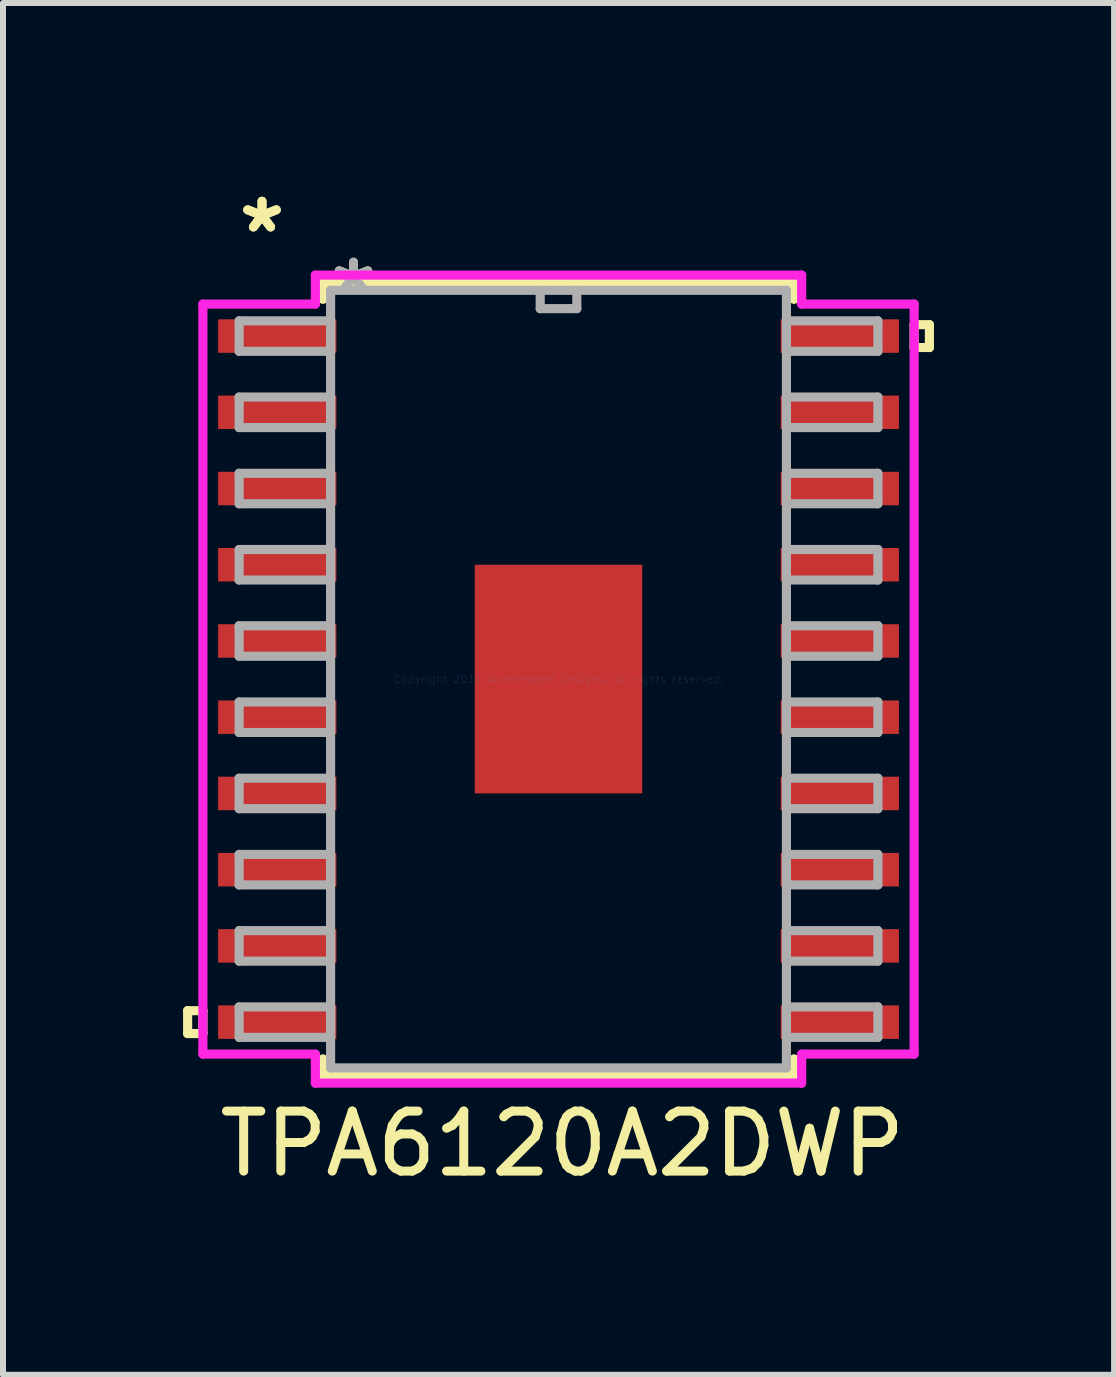
<source format=kicad_pcb>
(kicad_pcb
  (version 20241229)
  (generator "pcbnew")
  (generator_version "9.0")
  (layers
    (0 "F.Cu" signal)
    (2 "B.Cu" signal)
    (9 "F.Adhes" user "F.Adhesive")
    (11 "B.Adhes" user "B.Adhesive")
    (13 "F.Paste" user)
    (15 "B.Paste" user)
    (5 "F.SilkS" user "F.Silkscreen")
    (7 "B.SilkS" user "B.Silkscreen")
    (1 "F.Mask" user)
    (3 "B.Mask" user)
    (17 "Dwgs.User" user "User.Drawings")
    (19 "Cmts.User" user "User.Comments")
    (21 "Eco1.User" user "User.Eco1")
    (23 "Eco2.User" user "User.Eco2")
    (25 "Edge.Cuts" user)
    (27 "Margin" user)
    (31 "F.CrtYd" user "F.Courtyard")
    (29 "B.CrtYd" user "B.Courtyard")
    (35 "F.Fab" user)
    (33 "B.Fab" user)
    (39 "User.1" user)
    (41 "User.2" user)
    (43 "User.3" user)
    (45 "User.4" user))
  (footprint "TPA6120A2DWP"
    (layer "F.Cu")
    (at 6.255 8.264)
    (property "Reference" "TPA6120A2DWP" (at 0.064 7.742 0) (layer "F.SilkS") (effects (font (size 1 1) (thickness 0.15))))
    (attr through_hole)
    (fp_line (start -1.458 -1.968) (end -0.987 -1.968) (stroke (width 0.152) (type solid)) (layer "F.Mask"))
    (fp_line (start -1.458 -1.968) (end 1.458 -1.968) (stroke (width 0.152) (type solid)) (layer "F.Mask"))
    (fp_line (start -1.458 -1.381) (end -1.458 -1.968) (stroke (width 0.152) (type solid)) (layer "F.Mask"))
    (fp_line (start -1.458 -0.981) (end 1.458 -0.981) (stroke (width 0.152) (type solid)) (layer "F.Mask"))
    (fp_line (start -1.458 -0.594) (end -1.458 -0.981) (stroke (width 0.152) (type solid)) (layer "F.Mask"))
    (fp_line (start -1.458 -0.194) (end 1.458 -0.194) (stroke (width 0.152) (type solid)) (layer "F.Mask"))
    (fp_line (start -1.458 0.194) (end -1.458 -0.194) (stroke (width 0.152) (type solid)) (layer "F.Mask"))
    (fp_line (start -1.458 0.594) (end 1.458 0.594) (stroke (width 0.152) (type solid)) (layer "F.Mask"))
    (fp_line (start -1.458 0.981) (end -1.458 0.594) (stroke (width 0.152) (type solid)) (layer "F.Mask"))
    (fp_line (start -1.458 1.381) (end 1.458 1.381) (stroke (width 0.152) (type solid)) (layer "F.Mask"))
    (fp_line (start -1.458 1.968) (end -1.458 -1.968) (stroke (width 0.152) (type solid)) (layer "F.Mask"))
    (fp_line (start -1.458 1.968) (end -1.458 1.381) (stroke (width 0.152) (type solid)) (layer "F.Mask"))
    (fp_line (start -0.987 -1.968) (end -0.987 1.968) (stroke (width 0.152) (type solid)) (layer "F.Mask"))
    (fp_line (start -0.987 1.968) (end -1.458 1.968) (stroke (width 0.152) (type solid)) (layer "F.Mask"))
    (fp_line (start -0.587 -1.968) (end -0.587 1.968) (stroke (width 0.152) (type solid)) (layer "F.Mask"))
    (fp_line (start -0.587 1.968) (end -0.2 1.968) (stroke (width 0.152) (type solid)) (layer "F.Mask"))
    (fp_line (start -0.2 -1.968) (end -0.587 -1.968) (stroke (width 0.152) (type solid)) (layer "F.Mask"))
    (fp_line (start -0.2 1.968) (end -0.2 -1.968) (stroke (width 0.152) (type solid)) (layer "F.Mask"))
    (fp_line (start 0.2 -1.968) (end 0.2 1.968) (stroke (width 0.152) (type solid)) (layer "F.Mask"))
    (fp_line (start 0.2 1.968) (end 0.587 1.968) (stroke (width 0.152) (type solid)) (layer "F.Mask"))
    (fp_line (start 0.587 -1.968) (end 0.2 -1.968) (stroke (width 0.152) (type solid)) (layer "F.Mask"))
    (fp_line (start 0.587 1.968) (end 0.587 -1.968) (stroke (width 0.152) (type solid)) (layer "F.Mask"))
    (fp_line (start 0.987 -1.968) (end 1.458 -1.968) (stroke (width 0.152) (type solid)) (layer "F.Mask"))
    (fp_line (start 0.987 1.968) (end 0.987 -1.968) (stroke (width 0.152) (type solid)) (layer "F.Mask"))
    (fp_line (start 1.458 -1.968) (end 1.458 -1.381) (stroke (width 0.152) (type solid)) (layer "F.Mask"))
    (fp_line (start 1.458 -1.968) (end 1.458 1.968) (stroke (width 0.152) (type solid)) (layer "F.Mask"))
    (fp_line (start 1.458 -1.381) (end -1.458 -1.381) (stroke (width 0.152) (type solid)) (layer "F.Mask"))
    (fp_line (start 1.458 -0.981) (end 1.458 -0.594) (stroke (width 0.152) (type solid)) (layer "F.Mask"))
    (fp_line (start 1.458 -0.594) (end -1.458 -0.594) (stroke (width 0.152) (type solid)) (layer "F.Mask"))
    (fp_line (start 1.458 -0.194) (end 1.458 0.194) (stroke (width 0.152) (type solid)) (layer "F.Mask"))
    (fp_line (start 1.458 0.194) (end -1.458 0.194) (stroke (width 0.152) (type solid)) (layer "F.Mask"))
    (fp_line (start 1.458 0.594) (end 1.458 0.981) (stroke (width 0.152) (type solid)) (layer "F.Mask"))
    (fp_line (start 1.458 0.981) (end -1.458 0.981) (stroke (width 0.152) (type solid)) (layer "F.Mask"))
    (fp_line (start 1.458 1.381) (end 1.458 1.968) (stroke (width 0.152) (type solid)) (layer "F.Mask"))
    (fp_line (start 1.458 1.968) (end -1.458 1.968) (stroke (width 0.152) (type solid)) (layer "F.Mask"))
    (fp_line (start 1.458 1.968) (end 0.987 1.968) (stroke (width 0.152) (type solid)) (layer "F.Mask"))
    (fp_line (start -6.179 5.524) (end -6.179 5.905) (stroke (width 0.152) (type solid)) (layer "F.SilkS"))
    (fp_line (start -6.179 5.905) (end -5.925 5.905) (stroke (width 0.152) (type solid)) (layer "F.SilkS"))
    (fp_line (start -5.925 5.524) (end -6.179 5.524) (stroke (width 0.152) (type solid)) (layer "F.SilkS"))
    (fp_line (start -5.925 5.905) (end -5.925 5.524) (stroke (width 0.152) (type solid)) (layer "F.SilkS"))
    (fp_line (start -3.924 -6.604) (end -3.924 -6.327) (stroke (width 0.152) (type solid)) (layer "F.SilkS"))
    (fp_line (start -3.924 6.327) (end -3.924 6.604) (stroke (width 0.152) (type solid)) (layer "F.SilkS"))
    (fp_line (start -3.924 6.604) (end 3.924 6.604) (stroke (width 0.152) (type solid)) (layer "F.SilkS"))
    (fp_line (start 3.924 -6.604) (end -3.924 -6.604) (stroke (width 0.152) (type solid)) (layer "F.SilkS"))
    (fp_line (start 3.924 -6.327) (end 3.924 -6.604) (stroke (width 0.152) (type solid)) (layer "F.SilkS"))
    (fp_line (start 3.924 6.604) (end 3.924 6.327) (stroke (width 0.152) (type solid)) (layer "F.SilkS"))
    (fp_line (start 5.925 -5.905) (end 6.179 -5.905) (stroke (width 0.152) (type solid)) (layer "F.SilkS"))
    (fp_line (start 5.925 -5.524) (end 5.925 -5.905) (stroke (width 0.152) (type solid)) (layer "F.SilkS"))
    (fp_line (start 6.179 -5.905) (end 6.179 -5.524) (stroke (width 0.152) (type solid)) (layer "F.SilkS"))
    (fp_line (start 6.179 -5.524) (end 5.925 -5.524) (stroke (width 0.152) (type solid)) (layer "F.SilkS"))
    (fp_line (start -1.32 -1.83) (end -1.32 -1.281) (stroke (width 0.152) (type solid)) (layer "F.Paste"))
    (fp_line (start -1.32 -1.281) (end -1.029 -1.281) (stroke (width 0.152) (type solid)) (layer "F.Paste"))
    (fp_line (start -1.32 -1.081) (end -1.32 -0.494) (stroke (width 0.152) (type solid)) (layer "F.Paste"))
    (fp_line (start -1.32 -0.494) (end -1.029 -0.494) (stroke (width 0.152) (type solid)) (layer "F.Paste"))
    (fp_line (start -1.32 -0.294) (end -1.32 0.294) (stroke (width 0.152) (type solid)) (layer "F.Paste"))
    (fp_line (start -1.32 0.294) (end -1.029 0.294) (stroke (width 0.152) (type solid)) (layer "F.Paste"))
    (fp_line (start -1.32 0.494) (end -1.32 1.081) (stroke (width 0.152) (type solid)) (layer "F.Paste"))
    (fp_line (start -1.32 1.081) (end -1.029 1.081) (stroke (width 0.152) (type solid)) (layer "F.Paste"))
    (fp_line (start -1.32 1.281) (end -1.32 1.83) (stroke (width 0.152) (type solid)) (layer "F.Paste"))
    (fp_line (start -1.32 1.83) (end -0.887 1.83) (stroke (width 0.152) (type solid)) (layer "F.Paste"))
    (fp_line (start -1.029 -1.281) (end -1.029 -1.281) (stroke (width 0.152) (type solid)) (layer "F.Paste"))
    (fp_line (start -1.029 -1.281) (end -0.887 -1.423) (stroke (width 0.152) (type solid)) (layer "F.Paste"))
    (fp_line (start -1.029 -1.081) (end -1.32 -1.081) (stroke (width 0.152) (type solid)) (layer "F.Paste"))
    (fp_line (start -1.029 -1.081) (end -1.029 -1.081) (stroke (width 0.152) (type solid)) (layer "F.Paste"))
    (fp_line (start -1.029 -0.494) (end -1.029 -0.494) (stroke (width 0.152) (type solid)) (layer "F.Paste"))
    (fp_line (start -1.029 -0.494) (end -0.887 -0.635) (stroke (width 0.152) (type solid)) (layer "F.Paste"))
    (fp_line (start -1.029 -0.294) (end -1.32 -0.294) (stroke (width 0.152) (type solid)) (layer "F.Paste"))
    (fp_line (start -1.029 -0.294) (end -1.029 -0.294) (stroke (width 0.152) (type solid)) (layer "F.Paste"))
    (fp_line (start -1.029 0.294) (end -1.029 0.294) (stroke (width 0.152) (type solid)) (layer "F.Paste"))
    (fp_line (start -1.029 0.294) (end -0.887 0.152) (stroke (width 0.152) (type solid)) (layer "F.Paste"))
    (fp_line (start -1.029 0.494) (end -1.32 0.494) (stroke (width 0.152) (type solid)) (layer "F.Paste"))
    (fp_line (start -1.029 0.494) (end -1.029 0.494) (stroke (width 0.152) (type solid)) (layer "F.Paste"))
    (fp_line (start -1.029 1.081) (end -1.029 1.081) (stroke (width 0.152) (type solid)) (layer "F.Paste"))
    (fp_line (start -1.029 1.081) (end -0.887 0.94) (stroke (width 0.152) (type solid)) (layer "F.Paste"))
    (fp_line (start -1.029 1.281) (end -1.32 1.281) (stroke (width 0.152) (type solid)) (layer "F.Paste"))
    (fp_line (start -1.029 1.281) (end -1.029 1.281) (stroke (width 0.152) (type solid)) (layer "F.Paste"))
    (fp_line (start -0.887 -1.83) (end -1.32 -1.83) (stroke (width 0.152) (type solid)) (layer "F.Paste"))
    (fp_line (start -0.887 -1.423) (end -0.887 -1.83) (stroke (width 0.152) (type solid)) (layer "F.Paste"))
    (fp_line (start -0.887 -1.423) (end -0.887 -1.423) (stroke (width 0.152) (type solid)) (layer "F.Paste"))
    (fp_line (start -0.887 -0.94) (end -1.029 -1.081) (stroke (width 0.152) (type solid)) (layer "F.Paste"))
    (fp_line (start -0.887 -0.94) (end -0.887 -0.94) (stroke (width 0.152) (type solid)) (layer "F.Paste"))
    (fp_line (start -0.887 -0.635) (end -0.887 -0.94) (stroke (width 0.152) (type solid)) (layer "F.Paste"))
    (fp_line (start -0.887 -0.635) (end -0.887 -0.635) (stroke (width 0.152) (type solid)) (layer "F.Paste"))
    (fp_line (start -0.887 -0.152) (end -1.029 -0.294) (stroke (width 0.152) (type solid)) (layer "F.Paste"))
    (fp_line (start -0.887 -0.152) (end -0.887 -0.152) (stroke (width 0.152) (type solid)) (layer "F.Paste"))
    (fp_line (start -0.887 0.152) (end -0.887 -0.152) (stroke (width 0.152) (type solid)) (layer "F.Paste"))
    (fp_line (start -0.887 0.152) (end -0.887 0.152) (stroke (width 0.152) (type solid)) (layer "F.Paste"))
    (fp_line (start -0.887 0.635) (end -1.029 0.494) (stroke (width 0.152) (type solid)) (layer "F.Paste"))
    (fp_line (start -0.887 0.635) (end -0.887 0.635) (stroke (width 0.152) (type solid)) (layer "F.Paste"))
    (fp_line (start -0.887 0.94) (end -0.887 0.635) (stroke (width 0.152) (type solid)) (layer "F.Paste"))
    (fp_line (start -0.887 0.94) (end -0.887 0.94) (stroke (width 0.152) (type solid)) (layer "F.Paste"))
    (fp_line (start -0.887 1.423) (end -1.029 1.281) (stroke (width 0.152) (type solid)) (layer "F.Paste"))
    (fp_line (start -0.887 1.423) (end -0.887 1.423) (stroke (width 0.152) (type solid)) (layer "F.Paste"))
    (fp_line (start -0.887 1.83) (end -0.887 1.423) (stroke (width 0.152) (type solid)) (layer "F.Paste"))
    (fp_line (start -0.687 -1.83) (end -0.687 -1.423) (stroke (width 0.152) (type solid)) (layer "F.Paste"))
    (fp_line (start -0.687 -1.423) (end -0.687 -1.423) (stroke (width 0.152) (type solid)) (layer "F.Paste"))
    (fp_line (start -0.687 -1.423) (end -0.546 -1.281) (stroke (width 0.152) (type solid)) (layer "F.Paste"))
    (fp_line (start -0.687 -0.94) (end -0.687 -0.94) (stroke (width 0.152) (type solid)) (layer "F.Paste"))
    (fp_line (start -0.687 -0.94) (end -0.687 -0.635) (stroke (width 0.152) (type solid)) (layer "F.Paste"))
    (fp_line (start -0.687 -0.635) (end -0.687 -0.635) (stroke (width 0.152) (type solid)) (layer "F.Paste"))
    (fp_line (start -0.687 -0.635) (end -0.546 -0.494) (stroke (width 0.152) (type solid)) (layer "F.Paste"))
    (fp_line (start -0.687 -0.152) (end -0.687 -0.152) (stroke (width 0.152) (type solid)) (layer "F.Paste"))
    (fp_line (start -0.687 -0.152) (end -0.687 0.152) (stroke (width 0.152) (type solid)) (layer "F.Paste"))
    (fp_line (start -0.687 0.152) (end -0.687 0.152) (stroke (width 0.152) (type solid)) (layer "F.Paste"))
    (fp_line (start -0.687 0.152) (end -0.546 0.294) (stroke (width 0.152) (type solid)) (layer "F.Paste"))
    (fp_line (start -0.687 0.635) (end -0.687 0.635) (stroke (width 0.152) (type solid)) (layer "F.Paste"))
    (fp_line (start -0.687 0.635) (end -0.687 0.94) (stroke (width 0.152) (type solid)) (layer "F.Paste"))
    (fp_line (start -0.687 0.94) (end -0.687 0.94) (stroke (width 0.152) (type solid)) (layer "F.Paste"))
    (fp_line (start -0.687 0.94) (end -0.546 1.081) (stroke (width 0.152) (type solid)) (layer "F.Paste"))
    (fp_line (start -0.687 1.423) (end -0.687 1.423) (stroke (width 0.152) (type solid)) (layer "F.Paste"))
    (fp_line (start -0.687 1.423) (end -0.687 1.83) (stroke (width 0.152) (type solid)) (layer "F.Paste"))
    (fp_line (start -0.687 1.83) (end -0.1 1.83) (stroke (width 0.152) (type solid)) (layer "F.Paste"))
    (fp_line (start -0.546 -1.281) (end -0.546 -1.281) (stroke (width 0.152) (type solid)) (layer "F.Paste"))
    (fp_line (start -0.546 -1.281) (end -0.241 -1.281) (stroke (width 0.152) (type solid)) (layer "F.Paste"))
    (fp_line (start -0.546 -1.081) (end -0.687 -0.94) (stroke (width 0.152) (type solid)) (layer "F.Paste"))
    (fp_line (start -0.546 -1.081) (end -0.546 -1.081) (stroke (width 0.152) (type solid)) (layer "F.Paste"))
    (fp_line (start -0.546 -0.494) (end -0.546 -0.494) (stroke (width 0.152) (type solid)) (layer "F.Paste"))
    (fp_line (start -0.546 -0.494) (end -0.241 -0.494) (stroke (width 0.152) (type solid)) (layer "F.Paste"))
    (fp_line (start -0.546 -0.294) (end -0.687 -0.152) (stroke (width 0.152) (type solid)) (layer "F.Paste"))
    (fp_line (start -0.546 -0.294) (end -0.546 -0.294) (stroke (width 0.152) (type solid)) (layer "F.Paste"))
    (fp_line (start -0.546 0.294) (end -0.546 0.294) (stroke (width 0.152) (type solid)) (layer "F.Paste"))
    (fp_line (start -0.546 0.294) (end -0.241 0.294) (stroke (width 0.152) (type solid)) (layer "F.Paste"))
    (fp_line (start -0.546 0.494) (end -0.687 0.635) (stroke (width 0.152) (type solid)) (layer "F.Paste"))
    (fp_line (start -0.546 0.494) (end -0.546 0.494) (stroke (width 0.152) (type solid)) (layer "F.Paste"))
    (fp_line (start -0.546 1.081) (end -0.546 1.081) (stroke (width 0.152) (type solid)) (layer "F.Paste"))
    (fp_line (start -0.546 1.081) (end -0.241 1.081) (stroke (width 0.152) (type solid)) (layer "F.Paste"))
    (fp_line (start -0.546 1.281) (end -0.687 1.423) (stroke (width 0.152) (type solid)) (layer "F.Paste"))
    (fp_line (start -0.546 1.281) (end -0.546 1.281) (stroke (width 0.152) (type solid)) (layer "F.Paste"))
    (fp_line (start -0.241 -1.281) (end -0.241 -1.281) (stroke (width 0.152) (type solid)) (layer "F.Paste"))
    (fp_line (start -0.241 -1.281) (end -0.1 -1.423) (stroke (width 0.152) (type solid)) (layer "F.Paste"))
    (fp_line (start -0.241 -1.081) (end -0.546 -1.081) (stroke (width 0.152) (type solid)) (layer "F.Paste"))
    (fp_line (start -0.241 -1.081) (end -0.241 -1.081) (stroke (width 0.152) (type solid)) (layer "F.Paste"))
    (fp_line (start -0.241 -0.494) (end -0.241 -0.494) (stroke (width 0.152) (type solid)) (layer "F.Paste"))
    (fp_line (start -0.241 -0.494) (end -0.1 -0.635) (stroke (width 0.152) (type solid)) (layer "F.Paste"))
    (fp_line (start -0.241 -0.294) (end -0.546 -0.294) (stroke (width 0.152) (type solid)) (layer "F.Paste"))
    (fp_line (start -0.241 -0.294) (end -0.241 -0.294) (stroke (width 0.152) (type solid)) (layer "F.Paste"))
    (fp_line (start -0.241 0.294) (end -0.241 0.294) (stroke (width 0.152) (type solid)) (layer "F.Paste"))
    (fp_line (start -0.241 0.294) (end -0.1 0.152) (stroke (width 0.152) (type solid)) (layer "F.Paste"))
    (fp_line (start -0.241 0.494) (end -0.546 0.494) (stroke (width 0.152) (type solid)) (layer "F.Paste"))
    (fp_line (start -0.241 0.494) (end -0.241 0.494) (stroke (width 0.152) (type solid)) (layer "F.Paste"))
    (fp_line (start -0.241 1.081) (end -0.241 1.081) (stroke (width 0.152) (type solid)) (layer "F.Paste"))
    (fp_line (start -0.241 1.081) (end -0.1 0.94) (stroke (width 0.152) (type solid)) (layer "F.Paste"))
    (fp_line (start -0.241 1.281) (end -0.546 1.281) (stroke (width 0.152) (type solid)) (layer "F.Paste"))
    (fp_line (start -0.241 1.281) (end -0.241 1.281) (stroke (width 0.152) (type solid)) (layer "F.Paste"))
    (fp_line (start -0.1 -1.83) (end -0.687 -1.83) (stroke (width 0.152) (type solid)) (layer "F.Paste"))
    (fp_line (start -0.1 -1.423) (end -0.1 -1.83) (stroke (width 0.152) (type solid)) (layer "F.Paste"))
    (fp_line (start -0.1 -1.423) (end -0.1 -1.423) (stroke (width 0.152) (type solid)) (layer "F.Paste"))
    (fp_line (start -0.1 -0.94) (end -0.241 -1.081) (stroke (width 0.152) (type solid)) (layer "F.Paste"))
    (fp_line (start -0.1 -0.94) (end -0.1 -0.94) (stroke (width 0.152) (type solid)) (layer "F.Paste"))
    (fp_line (start -0.1 -0.635) (end -0.1 -0.94) (stroke (width 0.152) (type solid)) (layer "F.Paste"))
    (fp_line (start -0.1 -0.635) (end -0.1 -0.635) (stroke (width 0.152) (type solid)) (layer "F.Paste"))
    (fp_line (start -0.1 -0.152) (end -0.241 -0.294) (stroke (width 0.152) (type solid)) (layer "F.Paste"))
    (fp_line (start -0.1 -0.152) (end -0.1 -0.152) (stroke (width 0.152) (type solid)) (layer "F.Paste"))
    (fp_line (start -0.1 0.152) (end -0.1 -0.152) (stroke (width 0.152) (type solid)) (layer "F.Paste"))
    (fp_line (start -0.1 0.152) (end -0.1 0.152) (stroke (width 0.152) (type solid)) (layer "F.Paste"))
    (fp_line (start -0.1 0.635) (end -0.241 0.494) (stroke (width 0.152) (type solid)) (layer "F.Paste"))
    (fp_line (start -0.1 0.635) (end -0.1 0.635) (stroke (width 0.152) (type solid)) (layer "F.Paste"))
    (fp_line (start -0.1 0.94) (end -0.1 0.635) (stroke (width 0.152) (type solid)) (layer "F.Paste"))
    (fp_line (start -0.1 0.94) (end -0.1 0.94) (stroke (width 0.152) (type solid)) (layer "F.Paste"))
    (fp_line (start -0.1 1.423) (end -0.241 1.281) (stroke (width 0.152) (type solid)) (layer "F.Paste"))
    (fp_line (start -0.1 1.423) (end -0.1 1.423) (stroke (width 0.152) (type solid)) (layer "F.Paste"))
    (fp_line (start -0.1 1.83) (end -0.1 1.423) (stroke (width 0.152) (type solid)) (layer "F.Paste"))
    (fp_line (start 0.1 -1.83) (end 0.1 -1.423) (stroke (width 0.152) (type solid)) (layer "F.Paste"))
    (fp_line (start 0.1 -1.423) (end 0.1 -1.423) (stroke (width 0.152) (type solid)) (layer "F.Paste"))
    (fp_line (start 0.1 -1.423) (end 0.241 -1.281) (stroke (width 0.152) (type solid)) (layer "F.Paste"))
    (fp_line (start 0.1 -0.94) (end 0.1 -0.94) (stroke (width 0.152) (type solid)) (layer "F.Paste"))
    (fp_line (start 0.1 -0.94) (end 0.1 -0.635) (stroke (width 0.152) (type solid)) (layer "F.Paste"))
    (fp_line (start 0.1 -0.635) (end 0.1 -0.635) (stroke (width 0.152) (type solid)) (layer "F.Paste"))
    (fp_line (start 0.1 -0.635) (end 0.241 -0.494) (stroke (width 0.152) (type solid)) (layer "F.Paste"))
    (fp_line (start 0.1 -0.152) (end 0.1 -0.152) (stroke (width 0.152) (type solid)) (layer "F.Paste"))
    (fp_line (start 0.1 -0.152) (end 0.1 0.152) (stroke (width 0.152) (type solid)) (layer "F.Paste"))
    (fp_line (start 0.1 0.152) (end 0.1 0.152) (stroke (width 0.152) (type solid)) (layer "F.Paste"))
    (fp_line (start 0.1 0.152) (end 0.241 0.294) (stroke (width 0.152) (type solid)) (layer "F.Paste"))
    (fp_line (start 0.1 0.635) (end 0.1 0.635) (stroke (width 0.152) (type solid)) (layer "F.Paste"))
    (fp_line (start 0.1 0.635) (end 0.1 0.94) (stroke (width 0.152) (type solid)) (layer "F.Paste"))
    (fp_line (start 0.1 0.94) (end 0.1 0.94) (stroke (width 0.152) (type solid)) (layer "F.Paste"))
    (fp_line (start 0.1 0.94) (end 0.241 1.081) (stroke (width 0.152) (type solid)) (layer "F.Paste"))
    (fp_line (start 0.1 1.423) (end 0.1 1.423) (stroke (width 0.152) (type solid)) (layer "F.Paste"))
    (fp_line (start 0.1 1.423) (end 0.1 1.83) (stroke (width 0.152) (type solid)) (layer "F.Paste"))
    (fp_line (start 0.1 1.83) (end 0.687 1.83) (stroke (width 0.152) (type solid)) (layer "F.Paste"))
    (fp_line (start 0.241 -1.281) (end 0.241 -1.281) (stroke (width 0.152) (type solid)) (layer "F.Paste"))
    (fp_line (start 0.241 -1.281) (end 0.546 -1.281) (stroke (width 0.152) (type solid)) (layer "F.Paste"))
    (fp_line (start 0.241 -1.081) (end 0.1 -0.94) (stroke (width 0.152) (type solid)) (layer "F.Paste"))
    (fp_line (start 0.241 -1.081) (end 0.241 -1.081) (stroke (width 0.152) (type solid)) (layer "F.Paste"))
    (fp_line (start 0.241 -0.494) (end 0.241 -0.494) (stroke (width 0.152) (type solid)) (layer "F.Paste"))
    (fp_line (start 0.241 -0.494) (end 0.546 -0.494) (stroke (width 0.152) (type solid)) (layer "F.Paste"))
    (fp_line (start 0.241 -0.294) (end 0.1 -0.152) (stroke (width 0.152) (type solid)) (layer "F.Paste"))
    (fp_line (start 0.241 -0.294) (end 0.241 -0.294) (stroke (width 0.152) (type solid)) (layer "F.Paste"))
    (fp_line (start 0.241 0.294) (end 0.241 0.294) (stroke (width 0.152) (type solid)) (layer "F.Paste"))
    (fp_line (start 0.241 0.294) (end 0.546 0.294) (stroke (width 0.152) (type solid)) (layer "F.Paste"))
    (fp_line (start 0.241 0.494) (end 0.1 0.635) (stroke (width 0.152) (type solid)) (layer "F.Paste"))
    (fp_line (start 0.241 0.494) (end 0.241 0.494) (stroke (width 0.152) (type solid)) (layer "F.Paste"))
    (fp_line (start 0.241 1.081) (end 0.241 1.081) (stroke (width 0.152) (type solid)) (layer "F.Paste"))
    (fp_line (start 0.241 1.081) (end 0.546 1.081) (stroke (width 0.152) (type solid)) (layer "F.Paste"))
    (fp_line (start 0.241 1.281) (end 0.1 1.423) (stroke (width 0.152) (type solid)) (layer "F.Paste"))
    (fp_line (start 0.241 1.281) (end 0.241 1.281) (stroke (width 0.152) (type solid)) (layer "F.Paste"))
    (fp_line (start 0.546 -1.281) (end 0.546 -1.281) (stroke (width 0.152) (type solid)) (layer "F.Paste"))
    (fp_line (start 0.546 -1.281) (end 0.687 -1.423) (stroke (width 0.152) (type solid)) (layer "F.Paste"))
    (fp_line (start 0.546 -1.081) (end 0.241 -1.081) (stroke (width 0.152) (type solid)) (layer "F.Paste"))
    (fp_line (start 0.546 -1.081) (end 0.546 -1.081) (stroke (width 0.152) (type solid)) (layer "F.Paste"))
    (fp_line (start 0.546 -0.494) (end 0.546 -0.494) (stroke (width 0.152) (type solid)) (layer "F.Paste"))
    (fp_line (start 0.546 -0.494) (end 0.687 -0.635) (stroke (width 0.152) (type solid)) (layer "F.Paste"))
    (fp_line (start 0.546 -0.294) (end 0.241 -0.294) (stroke (width 0.152) (type solid)) (layer "F.Paste"))
    (fp_line (start 0.546 -0.294) (end 0.546 -0.294) (stroke (width 0.152) (type solid)) (layer "F.Paste"))
    (fp_line (start 0.546 0.294) (end 0.546 0.294) (stroke (width 0.152) (type solid)) (layer "F.Paste"))
    (fp_line (start 0.546 0.294) (end 0.687 0.152) (stroke (width 0.152) (type solid)) (layer "F.Paste"))
    (fp_line (start 0.546 0.494) (end 0.241 0.494) (stroke (width 0.152) (type solid)) (layer "F.Paste"))
    (fp_line (start 0.546 0.494) (end 0.546 0.494) (stroke (width 0.152) (type solid)) (layer "F.Paste"))
    (fp_line (start 0.546 1.081) (end 0.546 1.081) (stroke (width 0.152) (type solid)) (layer "F.Paste"))
    (fp_line (start 0.546 1.081) (end 0.687 0.94) (stroke (width 0.152) (type solid)) (layer "F.Paste"))
    (fp_line (start 0.546 1.281) (end 0.241 1.281) (stroke (width 0.152) (type solid)) (layer "F.Paste"))
    (fp_line (start 0.546 1.281) (end 0.546 1.281) (stroke (width 0.152) (type solid)) (layer "F.Paste"))
    (fp_line (start 0.687 -1.83) (end 0.1 -1.83) (stroke (width 0.152) (type solid)) (layer "F.Paste"))
    (fp_line (start 0.687 -1.423) (end 0.687 -1.83) (stroke (width 0.152) (type solid)) (layer "F.Paste"))
    (fp_line (start 0.687 -1.423) (end 0.687 -1.423) (stroke (width 0.152) (type solid)) (layer "F.Paste"))
    (fp_line (start 0.687 -0.94) (end 0.546 -1.081) (stroke (width 0.152) (type solid)) (layer "F.Paste"))
    (fp_line (start 0.687 -0.94) (end 0.687 -0.94) (stroke (width 0.152) (type solid)) (layer "F.Paste"))
    (fp_line (start 0.687 -0.635) (end 0.687 -0.94) (stroke (width 0.152) (type solid)) (layer "F.Paste"))
    (fp_line (start 0.687 -0.635) (end 0.687 -0.635) (stroke (width 0.152) (type solid)) (layer "F.Paste"))
    (fp_line (start 0.687 -0.152) (end 0.546 -0.294) (stroke (width 0.152) (type solid)) (layer "F.Paste"))
    (fp_line (start 0.687 -0.152) (end 0.687 -0.152) (stroke (width 0.152) (type solid)) (layer "F.Paste"))
    (fp_line (start 0.687 0.152) (end 0.687 -0.152) (stroke (width 0.152) (type solid)) (layer "F.Paste"))
    (fp_line (start 0.687 0.152) (end 0.687 0.152) (stroke (width 0.152) (type solid)) (layer "F.Paste"))
    (fp_line (start 0.687 0.635) (end 0.546 0.494) (stroke (width 0.152) (type solid)) (layer "F.Paste"))
    (fp_line (start 0.687 0.635) (end 0.687 0.635) (stroke (width 0.152) (type solid)) (layer "F.Paste"))
    (fp_line (start 0.687 0.94) (end 0.687 0.635) (stroke (width 0.152) (type solid)) (layer "F.Paste"))
    (fp_line (start 0.687 0.94) (end 0.687 0.94) (stroke (width 0.152) (type solid)) (layer "F.Paste"))
    (fp_line (start 0.687 1.423) (end 0.546 1.281) (stroke (width 0.152) (type solid)) (layer "F.Paste"))
    (fp_line (start 0.687 1.423) (end 0.687 1.423) (stroke (width 0.152) (type solid)) (layer "F.Paste"))
    (fp_line (start 0.687 1.83) (end 0.687 1.423) (stroke (width 0.152) (type solid)) (layer "F.Paste"))
    (fp_line (start 0.887 -1.83) (end 0.887 -1.423) (stroke (width 0.152) (type solid)) (layer "F.Paste"))
    (fp_line (start 0.887 -1.423) (end 0.887 -1.423) (stroke (width 0.152) (type solid)) (layer "F.Paste"))
    (fp_line (start 0.887 -1.423) (end 1.029 -1.281) (stroke (width 0.152) (type solid)) (layer "F.Paste"))
    (fp_line (start 0.887 -0.94) (end 0.887 -0.94) (stroke (width 0.152) (type solid)) (layer "F.Paste"))
    (fp_line (start 0.887 -0.94) (end 0.887 -0.635) (stroke (width 0.152) (type solid)) (layer "F.Paste"))
    (fp_line (start 0.887 -0.635) (end 0.887 -0.635) (stroke (width 0.152) (type solid)) (layer "F.Paste"))
    (fp_line (start 0.887 -0.635) (end 1.029 -0.494) (stroke (width 0.152) (type solid)) (layer "F.Paste"))
    (fp_line (start 0.887 -0.152) (end 0.887 -0.152) (stroke (width 0.152) (type solid)) (layer "F.Paste"))
    (fp_line (start 0.887 -0.152) (end 0.887 0.152) (stroke (width 0.152) (type solid)) (layer "F.Paste"))
    (fp_line (start 0.887 0.152) (end 0.887 0.152) (stroke (width 0.152) (type solid)) (layer "F.Paste"))
    (fp_line (start 0.887 0.152) (end 1.029 0.294) (stroke (width 0.152) (type solid)) (layer "F.Paste"))
    (fp_line (start 0.887 0.635) (end 0.887 0.635) (stroke (width 0.152) (type solid)) (layer "F.Paste"))
    (fp_line (start 0.887 0.635) (end 0.887 0.94) (stroke (width 0.152) (type solid)) (layer "F.Paste"))
    (fp_line (start 0.887 0.94) (end 0.887 0.94) (stroke (width 0.152) (type solid)) (layer "F.Paste"))
    (fp_line (start 0.887 0.94) (end 1.029 1.081) (stroke (width 0.152) (type solid)) (layer "F.Paste"))
    (fp_line (start 0.887 1.423) (end 0.887 1.423) (stroke (width 0.152) (type solid)) (layer "F.Paste"))
    (fp_line (start 0.887 1.423) (end 0.887 1.83) (stroke (width 0.152) (type solid)) (layer "F.Paste"))
    (fp_line (start 0.887 1.83) (end 1.32 1.83) (stroke (width 0.152) (type solid)) (layer "F.Paste"))
    (fp_line (start 1.029 -1.281) (end 1.029 -1.281) (stroke (width 0.152) (type solid)) (layer "F.Paste"))
    (fp_line (start 1.029 -1.281) (end 1.32 -1.281) (stroke (width 0.152) (type solid)) (layer "F.Paste"))
    (fp_line (start 1.029 -1.081) (end 0.887 -0.94) (stroke (width 0.152) (type solid)) (layer "F.Paste"))
    (fp_line (start 1.029 -1.081) (end 1.029 -1.081) (stroke (width 0.152) (type solid)) (layer "F.Paste"))
    (fp_line (start 1.029 -0.494) (end 1.029 -0.494) (stroke (width 0.152) (type solid)) (layer "F.Paste"))
    (fp_line (start 1.029 -0.494) (end 1.32 -0.494) (stroke (width 0.152) (type solid)) (layer "F.Paste"))
    (fp_line (start 1.029 -0.294) (end 0.887 -0.152) (stroke (width 0.152) (type solid)) (layer "F.Paste"))
    (fp_line (start 1.029 -0.294) (end 1.029 -0.294) (stroke (width 0.152) (type solid)) (layer "F.Paste"))
    (fp_line (start 1.029 0.294) (end 1.029 0.294) (stroke (width 0.152) (type solid)) (layer "F.Paste"))
    (fp_line (start 1.029 0.294) (end 1.32 0.294) (stroke (width 0.152) (type solid)) (layer "F.Paste"))
    (fp_line (start 1.029 0.494) (end 0.887 0.635) (stroke (width 0.152) (type solid)) (layer "F.Paste"))
    (fp_line (start 1.029 0.494) (end 1.029 0.494) (stroke (width 0.152) (type solid)) (layer "F.Paste"))
    (fp_line (start 1.029 1.081) (end 1.029 1.081) (stroke (width 0.152) (type solid)) (layer "F.Paste"))
    (fp_line (start 1.029 1.081) (end 1.32 1.081) (stroke (width 0.152) (type solid)) (layer "F.Paste"))
    (fp_line (start 1.029 1.281) (end 0.887 1.423) (stroke (width 0.152) (type solid)) (layer "F.Paste"))
    (fp_line (start 1.029 1.281) (end 1.029 1.281) (stroke (width 0.152) (type solid)) (layer "F.Paste"))
    (fp_line (start 1.32 -1.83) (end 0.887 -1.83) (stroke (width 0.152) (type solid)) (layer "F.Paste"))
    (fp_line (start 1.32 -1.281) (end 1.32 -1.83) (stroke (width 0.152) (type solid)) (layer "F.Paste"))
    (fp_line (start 1.32 -1.081) (end 1.029 -1.081) (stroke (width 0.152) (type solid)) (layer "F.Paste"))
    (fp_line (start 1.32 -0.494) (end 1.32 -1.081) (stroke (width 0.152) (type solid)) (layer "F.Paste"))
    (fp_line (start 1.32 -0.294) (end 1.029 -0.294) (stroke (width 0.152) (type solid)) (layer "F.Paste"))
    (fp_line (start 1.32 0.294) (end 1.32 -0.294) (stroke (width 0.152) (type solid)) (layer "F.Paste"))
    (fp_line (start 1.32 0.494) (end 1.029 0.494) (stroke (width 0.152) (type solid)) (layer "F.Paste"))
    (fp_line (start 1.32 1.081) (end 1.32 0.494) (stroke (width 0.152) (type solid)) (layer "F.Paste"))
    (fp_line (start 1.32 1.281) (end 1.029 1.281) (stroke (width 0.152) (type solid)) (layer "F.Paste"))
    (fp_line (start 1.32 1.83) (end 1.32 1.281) (stroke (width 0.152) (type solid)) (layer "F.Paste"))
    (fp_line (start -5.925 -6.248) (end -4.051 -6.248) (stroke (width 0.152) (type solid)) (layer "F.CrtYd"))
    (fp_line (start -5.925 6.248) (end -5.925 -6.248) (stroke (width 0.152) (type solid)) (layer "F.CrtYd"))
    (fp_line (start -4.051 -6.731) (end 4.051 -6.731) (stroke (width 0.152) (type solid)) (layer "F.CrtYd"))
    (fp_line (start -4.051 -6.248) (end -4.051 -6.731) (stroke (width 0.152) (type solid)) (layer "F.CrtYd"))
    (fp_line (start -4.051 6.248) (end -5.925 6.248) (stroke (width 0.152) (type solid)) (layer "F.CrtYd"))
    (fp_line (start -4.051 6.731) (end -4.051 6.248) (stroke (width 0.152) (type solid)) (layer "F.CrtYd"))
    (fp_line (start 4.051 -6.731) (end 4.051 -6.248) (stroke (width 0.152) (type solid)) (layer "F.CrtYd"))
    (fp_line (start 4.051 -6.248) (end 5.925 -6.248) (stroke (width 0.152) (type solid)) (layer "F.CrtYd"))
    (fp_line (start 4.051 6.248) (end 4.051 6.731) (stroke (width 0.152) (type solid)) (layer "F.CrtYd"))
    (fp_line (start 4.051 6.731) (end -4.051 6.731) (stroke (width 0.152) (type solid)) (layer "F.CrtYd"))
    (fp_line (start 5.925 -6.248) (end 5.925 6.248) (stroke (width 0.152) (type solid)) (layer "F.CrtYd"))
    (fp_line (start 5.925 6.248) (end 4.051 6.248) (stroke (width 0.152) (type solid)) (layer "F.CrtYd"))
    (fp_line (start -5.321 -5.969) (end -5.321 -5.461) (stroke (width 0.152) (type solid)) (layer "F.Fab"))
    (fp_line (start -5.321 -5.461) (end -3.797 -5.461) (stroke (width 0.152) (type solid)) (layer "F.Fab"))
    (fp_line (start -5.321 -4.699) (end -5.321 -4.191) (stroke (width 0.152) (type solid)) (layer "F.Fab"))
    (fp_line (start -5.321 -4.191) (end -3.797 -4.191) (stroke (width 0.152) (type solid)) (layer "F.Fab"))
    (fp_line (start -5.321 -3.429) (end -5.321 -2.921) (stroke (width 0.152) (type solid)) (layer "F.Fab"))
    (fp_line (start -5.321 -2.921) (end -3.797 -2.921) (stroke (width 0.152) (type solid)) (layer "F.Fab"))
    (fp_line (start -5.321 -2.159) (end -5.321 -1.651) (stroke (width 0.152) (type solid)) (layer "F.Fab"))
    (fp_line (start -5.321 -1.651) (end -3.797 -1.651) (stroke (width 0.152) (type solid)) (layer "F.Fab"))
    (fp_line (start -5.321 -0.889) (end -5.321 -0.381) (stroke (width 0.152) (type solid)) (layer "F.Fab"))
    (fp_line (start -5.321 -0.381) (end -3.797 -0.381) (stroke (width 0.152) (type solid)) (layer "F.Fab"))
    (fp_line (start -5.321 0.381) (end -5.321 0.889) (stroke (width 0.152) (type solid)) (layer "F.Fab"))
    (fp_line (start -5.321 0.889) (end -3.797 0.889) (stroke (width 0.152) (type solid)) (layer "F.Fab"))
    (fp_line (start -5.321 1.651) (end -5.321 2.159) (stroke (width 0.152) (type solid)) (layer "F.Fab"))
    (fp_line (start -5.321 2.159) (end -3.797 2.159) (stroke (width 0.152) (type solid)) (layer "F.Fab"))
    (fp_line (start -5.321 2.921) (end -5.321 3.429) (stroke (width 0.152) (type solid)) (layer "F.Fab"))
    (fp_line (start -5.321 3.429) (end -3.797 3.429) (stroke (width 0.152) (type solid)) (layer "F.Fab"))
    (fp_line (start -5.321 4.191) (end -5.321 4.699) (stroke (width 0.152) (type solid)) (layer "F.Fab"))
    (fp_line (start -5.321 4.699) (end -3.797 4.699) (stroke (width 0.152) (type solid)) (layer "F.Fab"))
    (fp_line (start -5.321 5.461) (end -5.321 5.969) (stroke (width 0.152) (type solid)) (layer "F.Fab"))
    (fp_line (start -5.321 5.969) (end -3.797 5.969) (stroke (width 0.152) (type solid)) (layer "F.Fab"))
    (fp_line (start -3.797 -6.477) (end -3.797 6.477) (stroke (width 0.152) (type solid)) (layer "F.Fab"))
    (fp_line (start -3.797 -5.969) (end -5.321 -5.969) (stroke (width 0.152) (type solid)) (layer "F.Fab"))
    (fp_line (start -3.797 -5.461) (end -3.797 -5.969) (stroke (width 0.152) (type solid)) (layer "F.Fab"))
    (fp_line (start -3.797 -4.699) (end -5.321 -4.699) (stroke (width 0.152) (type solid)) (layer "F.Fab"))
    (fp_line (start -3.797 -4.191) (end -3.797 -4.699) (stroke (width 0.152) (type solid)) (layer "F.Fab"))
    (fp_line (start -3.797 -3.429) (end -5.321 -3.429) (stroke (width 0.152) (type solid)) (layer "F.Fab"))
    (fp_line (start -3.797 -2.921) (end -3.797 -3.429) (stroke (width 0.152) (type solid)) (layer "F.Fab"))
    (fp_line (start -3.797 -2.159) (end -5.321 -2.159) (stroke (width 0.152) (type solid)) (layer "F.Fab"))
    (fp_line (start -3.797 -1.651) (end -3.797 -2.159) (stroke (width 0.152) (type solid)) (layer "F.Fab"))
    (fp_line (start -3.797 -0.889) (end -5.321 -0.889) (stroke (width 0.152) (type solid)) (layer "F.Fab"))
    (fp_line (start -3.797 -0.381) (end -3.797 -0.889) (stroke (width 0.152) (type solid)) (layer "F.Fab"))
    (fp_line (start -3.797 0.381) (end -5.321 0.381) (stroke (width 0.152) (type solid)) (layer "F.Fab"))
    (fp_line (start -3.797 0.889) (end -3.797 0.381) (stroke (width 0.152) (type solid)) (layer "F.Fab"))
    (fp_line (start -3.797 1.651) (end -5.321 1.651) (stroke (width 0.152) (type solid)) (layer "F.Fab"))
    (fp_line (start -3.797 2.159) (end -3.797 1.651) (stroke (width 0.152) (type solid)) (layer "F.Fab"))
    (fp_line (start -3.797 2.921) (end -5.321 2.921) (stroke (width 0.152) (type solid)) (layer "F.Fab"))
    (fp_line (start -3.797 3.429) (end -3.797 2.921) (stroke (width 0.152) (type solid)) (layer "F.Fab"))
    (fp_line (start -3.797 4.191) (end -5.321 4.191) (stroke (width 0.152) (type solid)) (layer "F.Fab"))
    (fp_line (start -3.797 4.699) (end -3.797 4.191) (stroke (width 0.152) (type solid)) (layer "F.Fab"))
    (fp_line (start -3.797 5.461) (end -5.321 5.461) (stroke (width 0.152) (type solid)) (layer "F.Fab"))
    (fp_line (start -3.797 5.969) (end -3.797 5.461) (stroke (width 0.152) (type solid)) (layer "F.Fab"))
    (fp_line (start -3.797 6.477) (end 3.797 6.477) (stroke (width 0.152) (type solid)) (layer "F.Fab"))
    (fp_line (start -0.305 -6.172) (end -0.305 -6.477) (stroke (width 0.152) (type solid)) (layer "F.Fab"))
    (fp_line (start 0.305 -6.477) (end 0.305 -6.172) (stroke (width 0.152) (type solid)) (layer "F.Fab"))
    (fp_line (start 0.305 -6.172) (end -0.305 -6.172) (stroke (width 0.152) (type solid)) (layer "F.Fab"))
    (fp_line (start 3.797 -6.477) (end -3.797 -6.477) (stroke (width 0.152) (type solid)) (layer "F.Fab"))
    (fp_line (start 3.797 -5.969) (end 3.797 -5.461) (stroke (width 0.152) (type solid)) (layer "F.Fab"))
    (fp_line (start 3.797 -5.461) (end 5.321 -5.461) (stroke (width 0.152) (type solid)) (layer "F.Fab"))
    (fp_line (start 3.797 -4.699) (end 3.797 -4.191) (stroke (width 0.152) (type solid)) (layer "F.Fab"))
    (fp_line (start 3.797 -4.191) (end 5.321 -4.191) (stroke (width 0.152) (type solid)) (layer "F.Fab"))
    (fp_line (start 3.797 -3.429) (end 3.797 -2.921) (stroke (width 0.152) (type solid)) (layer "F.Fab"))
    (fp_line (start 3.797 -2.921) (end 5.321 -2.921) (stroke (width 0.152) (type solid)) (layer "F.Fab"))
    (fp_line (start 3.797 -2.159) (end 3.797 -1.651) (stroke (width 0.152) (type solid)) (layer "F.Fab"))
    (fp_line (start 3.797 -1.651) (end 5.321 -1.651) (stroke (width 0.152) (type solid)) (layer "F.Fab"))
    (fp_line (start 3.797 -0.889) (end 3.797 -0.381) (stroke (width 0.152) (type solid)) (layer "F.Fab"))
    (fp_line (start 3.797 -0.381) (end 5.321 -0.381) (stroke (width 0.152) (type solid)) (layer "F.Fab"))
    (fp_line (start 3.797 0.381) (end 3.797 0.889) (stroke (width 0.152) (type solid)) (layer "F.Fab"))
    (fp_line (start 3.797 0.889) (end 5.321 0.889) (stroke (width 0.152) (type solid)) (layer "F.Fab"))
    (fp_line (start 3.797 1.651) (end 3.797 2.159) (stroke (width 0.152) (type solid)) (layer "F.Fab"))
    (fp_line (start 3.797 2.159) (end 5.321 2.159) (stroke (width 0.152) (type solid)) (layer "F.Fab"))
    (fp_line (start 3.797 2.921) (end 3.797 3.429) (stroke (width 0.152) (type solid)) (layer "F.Fab"))
    (fp_line (start 3.797 3.429) (end 5.321 3.429) (stroke (width 0.152) (type solid)) (layer "F.Fab"))
    (fp_line (start 3.797 4.191) (end 3.797 4.699) (stroke (width 0.152) (type solid)) (layer "F.Fab"))
    (fp_line (start 3.797 4.699) (end 5.321 4.699) (stroke (width 0.152) (type solid)) (layer "F.Fab"))
    (fp_line (start 3.797 5.461) (end 3.797 5.969) (stroke (width 0.152) (type solid)) (layer "F.Fab"))
    (fp_line (start 3.797 5.969) (end 5.321 5.969) (stroke (width 0.152) (type solid)) (layer "F.Fab"))
    (fp_line (start 3.797 6.477) (end 3.797 -6.477) (stroke (width 0.152) (type solid)) (layer "F.Fab"))
    (fp_line (start 5.321 -5.969) (end 3.797 -5.969) (stroke (width 0.152) (type solid)) (layer "F.Fab"))
    (fp_line (start 5.321 -5.461) (end 5.321 -5.969) (stroke (width 0.152) (type solid)) (layer "F.Fab"))
    (fp_line (start 5.321 -4.699) (end 3.797 -4.699) (stroke (width 0.152) (type solid)) (layer "F.Fab"))
    (fp_line (start 5.321 -4.191) (end 5.321 -4.699) (stroke (width 0.152) (type solid)) (layer "F.Fab"))
    (fp_line (start 5.321 -3.429) (end 3.797 -3.429) (stroke (width 0.152) (type solid)) (layer "F.Fab"))
    (fp_line (start 5.321 -2.921) (end 5.321 -3.429) (stroke (width 0.152) (type solid)) (layer "F.Fab"))
    (fp_line (start 5.321 -2.159) (end 3.797 -2.159) (stroke (width 0.152) (type solid)) (layer "F.Fab"))
    (fp_line (start 5.321 -1.651) (end 5.321 -2.159) (stroke (width 0.152) (type solid)) (layer "F.Fab"))
    (fp_line (start 5.321 -0.889) (end 3.797 -0.889) (stroke (width 0.152) (type solid)) (layer "F.Fab"))
    (fp_line (start 5.321 -0.381) (end 5.321 -0.889) (stroke (width 0.152) (type solid)) (layer "F.Fab"))
    (fp_line (start 5.321 0.381) (end 3.797 0.381) (stroke (width 0.152) (type solid)) (layer "F.Fab"))
    (fp_line (start 5.321 0.889) (end 5.321 0.381) (stroke (width 0.152) (type solid)) (layer "F.Fab"))
    (fp_line (start 5.321 1.651) (end 3.797 1.651) (stroke (width 0.152) (type solid)) (layer "F.Fab"))
    (fp_line (start 5.321 2.159) (end 5.321 1.651) (stroke (width 0.152) (type solid)) (layer "F.Fab"))
    (fp_line (start 5.321 2.921) (end 3.797 2.921) (stroke (width 0.152) (type solid)) (layer "F.Fab"))
    (fp_line (start 5.321 3.429) (end 5.321 2.921) (stroke (width 0.152) (type solid)) (layer "F.Fab"))
    (fp_line (start 5.321 4.191) (end 3.797 4.191) (stroke (width 0.152) (type solid)) (layer "F.Fab"))
    (fp_line (start 5.321 4.699) (end 5.321 4.191) (stroke (width 0.152) (type solid)) (layer "F.Fab"))
    (fp_line (start 5.321 5.461) (end 3.797 5.461) (stroke (width 0.152) (type solid)) (layer "F.Fab"))
    (fp_line (start 5.321 5.969) (end 5.321 5.461) (stroke (width 0.152) (type solid)) (layer "F.Fab"))
    (fp_text user "*" (at -4.94 -7.416 0) (layer "F.SilkS") (effects (font (size 1 1) (thickness 0.15))))
    (fp_text user "*" (at -4.94 -7.416 0) (layer "F.SilkS") (effects (font (size 1 1) (thickness 0.15))))
    (fp_text user "Copyright 2016 Accelerated Designs. All rights reserved." (at 0 0 0) (layer "Cmts.User") (effects (font (size 0.127 0.127) (thickness 0.002))))
    (fp_text user "*" (at -3.416 -6.401 0) (layer "F.Fab") (effects (font (size 1 1) (thickness 0.15))))
    (fp_text user "*" (at -3.416 -6.401 0) (layer "F.Fab") (effects (font (size 1 1) (thickness 0.15))))
    (pad "1" smd rect (at -4.686 -5.715) (size 1.97 0.558) (layers "F.Cu" "F.Mask" "F.Paste"))
    (pad "2" smd rect (at -4.686 -4.445) (size 1.97 0.558) (layers "F.Cu" "F.Mask" "F.Paste"))
    (pad "3" smd rect (at -4.686 -3.175) (size 1.97 0.558) (layers "F.Cu" "F.Mask" "F.Paste"))
    (pad "4" smd rect (at -4.686 -1.905) (size 1.97 0.558) (layers "F.Cu" "F.Mask" "F.Paste"))
    (pad "5" smd rect (at -4.686 -0.635) (size 1.97 0.558) (layers "F.Cu" "F.Mask" "F.Paste"))
    (pad "6" smd rect (at -4.686 0.635) (size 1.97 0.558) (layers "F.Cu" "F.Mask" "F.Paste"))
    (pad "7" smd rect (at -4.686 1.905) (size 1.97 0.558) (layers "F.Cu" "F.Mask" "F.Paste"))
    (pad "8" smd rect (at -4.686 3.175) (size 1.97 0.558) (layers "F.Cu" "F.Mask" "F.Paste"))
    (pad "9" smd rect (at -4.686 4.445) (size 1.97 0.558) (layers "F.Cu" "F.Mask" "F.Paste"))
    (pad "10" smd rect (at -4.686 5.715) (size 1.97 0.558) (layers "F.Cu" "F.Mask" "F.Paste"))
    (pad "11" smd rect (at 4.686 5.715) (size 1.97 0.558) (layers "F.Cu" "F.Mask" "F.Paste"))
    (pad "12" smd rect (at 4.686 4.445) (size 1.97 0.558) (layers "F.Cu" "F.Mask" "F.Paste"))
    (pad "13" smd rect (at 4.686 3.175) (size 1.97 0.558) (layers "F.Cu" "F.Mask" "F.Paste"))
    (pad "14" smd rect (at 4.686 1.905) (size 1.97 0.558) (layers "F.Cu" "F.Mask" "F.Paste"))
    (pad "15" smd rect (at 4.686 0.635) (size 1.97 0.558) (layers "F.Cu" "F.Mask" "F.Paste"))
    (pad "16" smd rect (at 4.686 -0.635) (size 1.97 0.558) (layers "F.Cu" "F.Mask" "F.Paste"))
    (pad "17" smd rect (at 4.686 -1.905) (size 1.97 0.558) (layers "F.Cu" "F.Mask" "F.Paste"))
    (pad "18" smd rect (at 4.686 -3.175) (size 1.97 0.558) (layers "F.Cu" "F.Mask" "F.Paste"))
    (pad "19" smd rect (at 4.686 -4.445) (size 1.97 0.558) (layers "F.Cu" "F.Mask" "F.Paste"))
    (pad "20" smd rect (at 4.686 -5.715) (size 1.97 0.558) (layers "F.Cu" "F.Mask" "F.Paste"))
    (pad "21" smd rect (at 0 0) (size 2.79 3.81) (layers "F.Cu" "F.Mask" "F.Paste")))
  (gr_rect
    (start -3 -3)
    (end 15.511 19.854)
    (stroke (width 0.1) (type default))
    (fill no)
    (layer "Edge.Cuts")))
</source>
